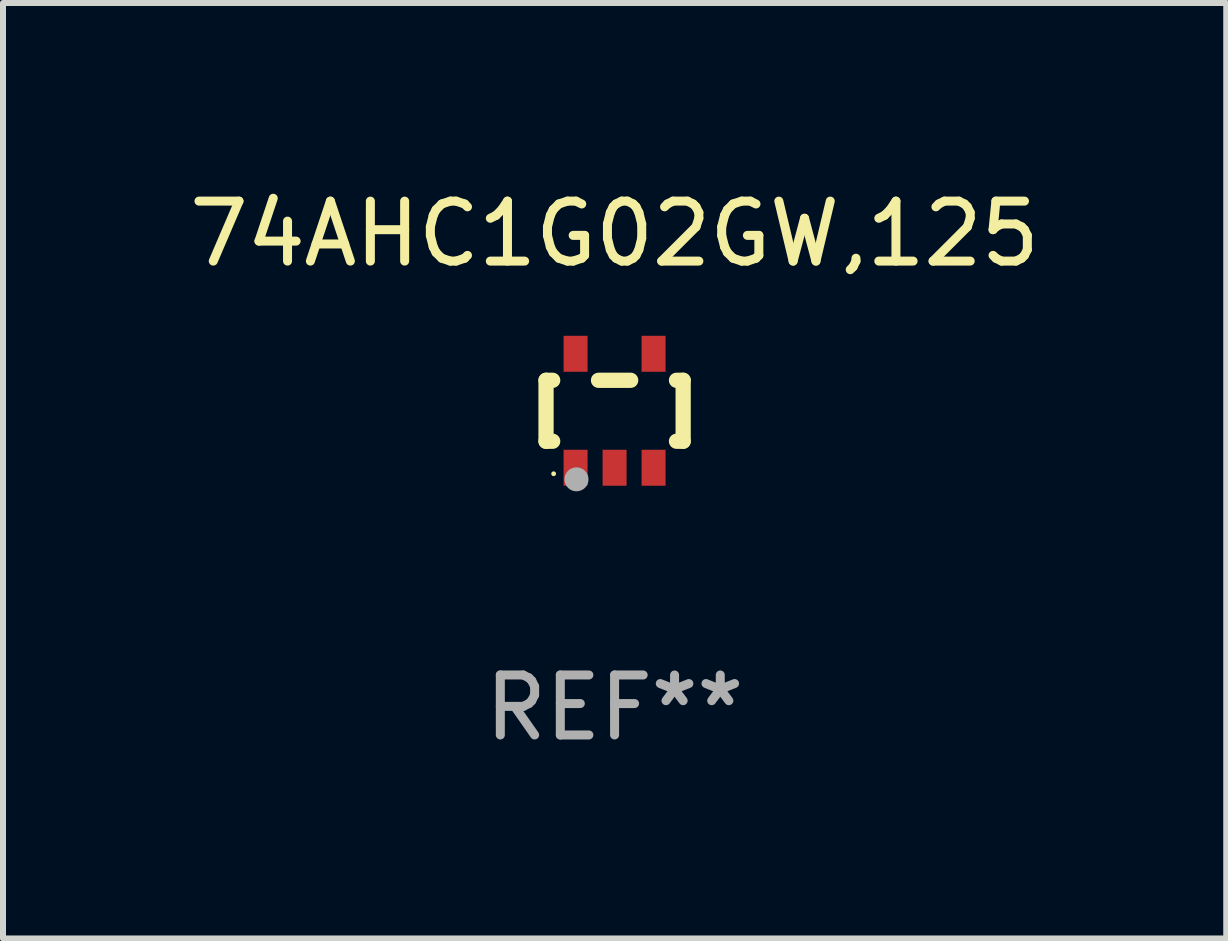
<source format=kicad_pcb>
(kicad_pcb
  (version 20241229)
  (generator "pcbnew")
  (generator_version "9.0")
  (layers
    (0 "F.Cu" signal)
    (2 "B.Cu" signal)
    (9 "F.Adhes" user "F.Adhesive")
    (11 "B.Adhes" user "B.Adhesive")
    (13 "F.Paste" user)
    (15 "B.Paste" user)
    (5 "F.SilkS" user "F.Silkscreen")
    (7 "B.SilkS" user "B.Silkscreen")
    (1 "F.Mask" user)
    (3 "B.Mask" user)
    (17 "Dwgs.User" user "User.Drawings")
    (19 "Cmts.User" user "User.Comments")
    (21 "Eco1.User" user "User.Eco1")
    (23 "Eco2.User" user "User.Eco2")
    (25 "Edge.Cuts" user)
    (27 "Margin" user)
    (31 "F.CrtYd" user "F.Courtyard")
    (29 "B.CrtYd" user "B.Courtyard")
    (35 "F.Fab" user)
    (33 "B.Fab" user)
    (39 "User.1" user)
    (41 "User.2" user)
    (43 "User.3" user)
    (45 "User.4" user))
  (footprint "74AHC1G02GW,125"
    (layer "F.Cu")
    (at 7.196 3.798)
    (property "Reference" "74AHC1G02GW,125" (at 0 -2.95 0) (layer "F.SilkS") (effects (font (size 1 1) (thickness 0.15))))
    (attr through_hole)
    (fp_line (start -1.143 -0.508) (end -1.032 -0.508) (stroke (width 0.254) (type solid)) (layer "F.SilkS"))
    (fp_line (start -1.143 0.508) (end -1.143 -0.508) (stroke (width 0.254) (type solid)) (layer "F.SilkS"))
    (fp_line (start -1.032 0.508) (end -1.143 0.508) (stroke (width 0.254) (type solid)) (layer "F.SilkS"))
    (fp_line (start -0.268 -0.508) (end 0.268 -0.508) (stroke (width 0.254) (type solid)) (layer "F.SilkS"))
    (fp_line (start 1.032 -0.508) (end 1.143 -0.508) (stroke (width 0.254) (type solid)) (layer "F.SilkS"))
    (fp_line (start 1.143 -0.508) (end 1.143 0.508) (stroke (width 0.254) (type solid)) (layer "F.SilkS"))
    (fp_line (start 1.143 0.508) (end 1.032 0.508) (stroke (width 0.254) (type solid)) (layer "F.SilkS"))
    (fp_circle (center -1.016 1.05) (end -0.996 1.05) (stroke (width 0.04) (type solid)) (fill no) (layer "F.SilkS"))
    (fp_circle (center -0.635 1.143) (end -0.535 1.143) (stroke (width 0.2) (type solid)) (fill no) (layer "F.Fab"))
    (fp_text user "REF**" (at 0 4.95 0) (layer "F.Fab") (effects (font (size 1 1) (thickness 0.15))))
    (pad "1" smd rect (at -0.65 0.95) (size 0.4 0.6) (layers "F.Cu" "F.Mask" "F.Paste"))
    (pad "2" smd rect (at 0 0.95) (size 0.4 0.6) (layers "F.Cu" "F.Mask" "F.Paste"))
    (pad "3" smd rect (at 0.65 0.95) (size 0.4 0.6) (layers "F.Cu" "F.Mask" "F.Paste"))
    (pad "4" smd rect (at 0.65 -0.95) (size 0.4 0.6) (layers "F.Cu" "F.Mask" "F.Paste"))
    (pad "5" smd rect (at -0.65 -0.95) (size 0.4 0.6) (layers "F.Cu" "F.Mask" "F.Paste")))
  (gr_rect
    (start -3 -3)
    (end 17.393 12.596)
    (stroke (width 0.1) (type default))
    (fill no)
    (layer "Edge.Cuts")))
</source>
